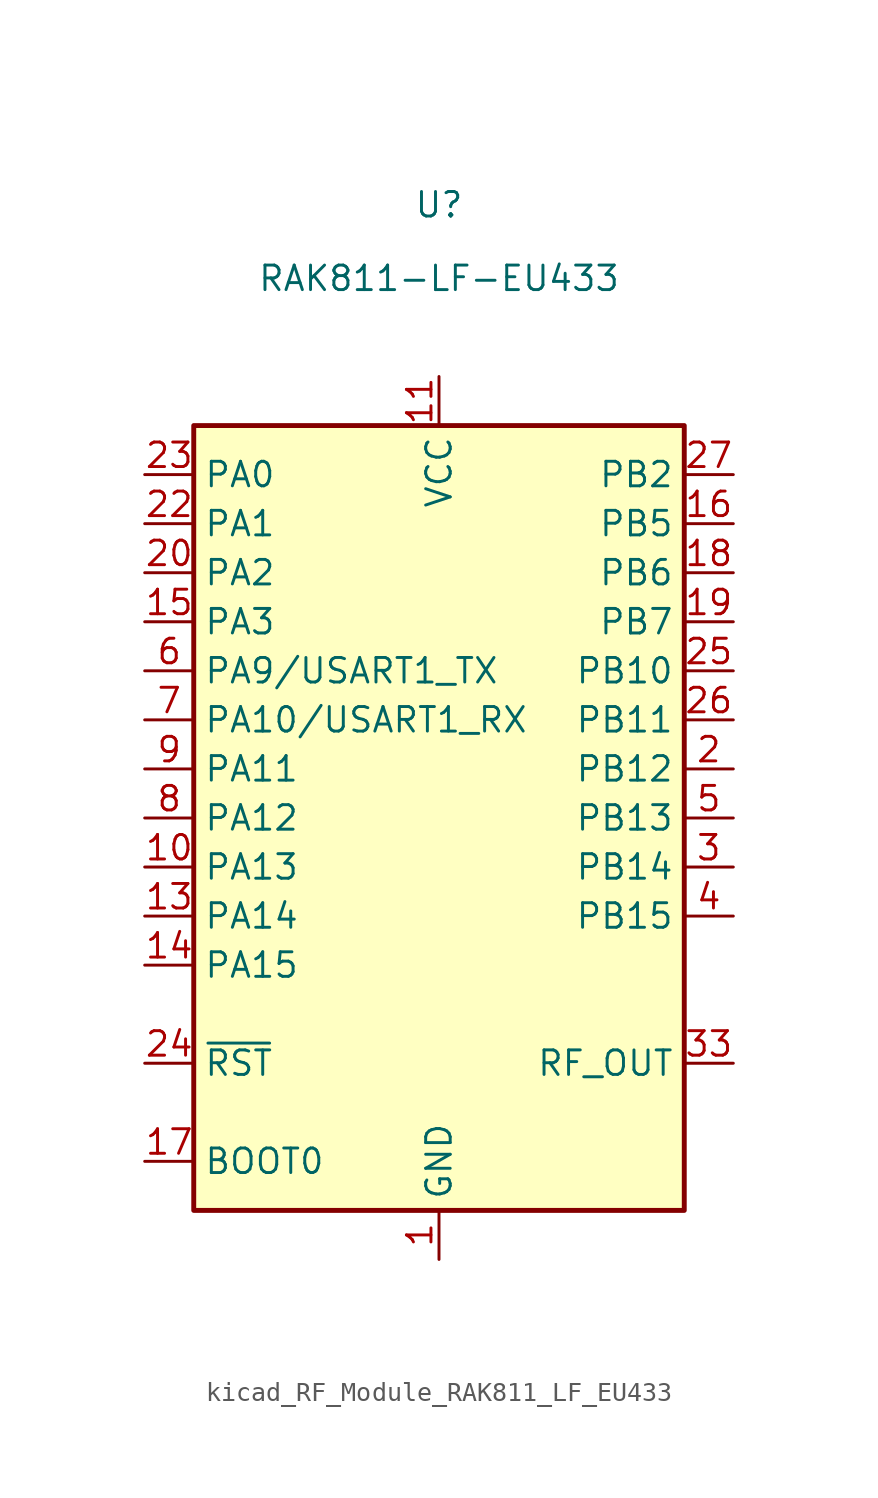
<source format=kicad_sym>
(kicad_symbol_lib
  (version 20220914)
  (generator kicad_symbol_editor)
  (symbol "kicad_RF_Module_RAK811_LF_EU433"
    (property "Reference" "U"
      (at 0 31.75 0)
      (effects (font (size 1.27 1.27))))
    (property "Value" "RAK811-LF-EU433"
      (at 0 27.94 0)
      (effects (font (size 1.27 1.27))))
    (symbol "kicad_RF_Module_RAK811_LF_EU433_0_0"
      (pin power_in line (at 0 -22.86 90) (length 2.54) (name "GND" (effects (font (size 1.27 1.27)))) (number "1" (effects (font (size 1.27 1.27)))))
      (pin bidirectional line (at -15.24 -2.54 0) (length 2.54) (name "PA13" (effects (font (size 1.27 1.27)))) (number "10" (effects (font (size 1.27 1.27)))))
      (pin power_in line (at 0 22.86 270) (length 2.54) (name "VCC" (effects (font (size 1.27 1.27)))) (number "11" (effects (font (size 1.27 1.27)))))
      (pin passive line (at 0 -22.86 90) (length 2.54) hide (name "GND" (effects (font (size 1.27 1.27)))) (number "12" (effects (font (size 1.27 1.27)))))
      (pin bidirectional line (at -15.24 -5.08 0) (length 2.54) (name "PA14" (effects (font (size 1.27 1.27)))) (number "13" (effects (font (size 1.27 1.27)))))
      (pin bidirectional line (at -15.24 -7.62 0) (length 2.54) (name "PA15" (effects (font (size 1.27 1.27)))) (number "14" (effects (font (size 1.27 1.27)))))
      (pin bidirectional line (at -15.24 10.16 0) (length 2.54) (name "PA3" (effects (font (size 1.27 1.27)))) (number "15" (effects (font (size 1.27 1.27)))))
      (pin bidirectional line (at 15.24 15.24 180) (length 2.54) (name "PB5" (effects (font (size 1.27 1.27)))) (number "16" (effects (font (size 1.27 1.27)))))
      (pin input line (at -15.24 -17.78 0) (length 2.54) (name "BOOT0" (effects (font (size 1.27 1.27)))) (number "17" (effects (font (size 1.27 1.27)))))
      (pin bidirectional line (at 15.24 12.7 180) (length 2.54) (name "PB6" (effects (font (size 1.27 1.27)))) (number "18" (effects (font (size 1.27 1.27)))))
      (pin bidirectional line (at 15.24 10.16 180) (length 2.54) (name "PB7" (effects (font (size 1.27 1.27)))) (number "19" (effects (font (size 1.27 1.27)))))
      (pin bidirectional line (at 15.24 2.54 180) (length 2.54) (name "PB12" (effects (font (size 1.27 1.27)))) (number "2" (effects (font (size 1.27 1.27)))))
      (pin bidirectional line (at -15.24 12.7 0) (length 2.54) (name "PA2" (effects (font (size 1.27 1.27)))) (number "20" (effects (font (size 1.27 1.27)))))
      (pin passive line (at 0 -22.86 90) (length 2.54) hide (name "GND" (effects (font (size 1.27 1.27)))) (number "21" (effects (font (size 1.27 1.27)))))
      (pin bidirectional line (at -15.24 15.24 0) (length 2.54) (name "PA1" (effects (font (size 1.27 1.27)))) (number "22" (effects (font (size 1.27 1.27)))))
      (pin bidirectional line (at -15.24 17.78 0) (length 2.54) (name "PA0" (effects (font (size 1.27 1.27)))) (number "23" (effects (font (size 1.27 1.27)))))
      (pin input line (at -15.24 -12.7 0) (length 2.54) (name "~{RST}" (effects (font (size 1.27 1.27)))) (number "24" (effects (font (size 1.27 1.27)))))
      (pin bidirectional line (at 15.24 7.62 180) (length 2.54) (name "PB10" (effects (font (size 1.27 1.27)))) (number "25" (effects (font (size 1.27 1.27)))))
      (pin bidirectional line (at 15.24 5.08 180) (length 2.54) (name "PB11" (effects (font (size 1.27 1.27)))) (number "26" (effects (font (size 1.27 1.27)))))
      (pin bidirectional line (at 15.24 17.78 180) (length 2.54) (name "PB2" (effects (font (size 1.27 1.27)))) (number "27" (effects (font (size 1.27 1.27)))))
      (pin passive line (at 0 -22.86 90) (length 2.54) hide (name "GND" (effects (font (size 1.27 1.27)))) (number "28" (effects (font (size 1.27 1.27)))))
      (pin passive line (at 0 -22.86 90) (length 2.54) hide (name "GND" (effects (font (size 1.27 1.27)))) (number "29" (effects (font (size 1.27 1.27)))))
      (pin bidirectional line (at 15.24 -2.54 180) (length 2.54) (name "PB14" (effects (font (size 1.27 1.27)))) (number "3" (effects (font (size 1.27 1.27)))))
      (pin passive line (at 0 -22.86 90) (length 2.54) hide (name "GND" (effects (font (size 1.27 1.27)))) (number "30" (effects (font (size 1.27 1.27)))))
      (pin passive line (at 0 -22.86 90) (length 2.54) hide (name "GND" (effects (font (size 1.27 1.27)))) (number "31" (effects (font (size 1.27 1.27)))))
      (pin passive line (at 0 -22.86 90) (length 2.54) hide (name "GND" (effects (font (size 1.27 1.27)))) (number "32" (effects (font (size 1.27 1.27)))))
      (pin passive line (at 15.24 -12.7 180) (length 2.54) (name "RF_OUT" (effects (font (size 1.27 1.27)))) (number "33" (effects (font (size 1.27 1.27)))))
      (pin passive line (at 0 -22.86 90) (length 2.54) hide (name "GND" (effects (font (size 1.27 1.27)))) (number "34" (effects (font (size 1.27 1.27)))))
      (pin bidirectional line (at 15.24 -5.08 180) (length 2.54) (name "PB15" (effects (font (size 1.27 1.27)))) (number "4" (effects (font (size 1.27 1.27)))))
      (pin bidirectional line (at 15.24 0 180) (length 2.54) (name "PB13" (effects (font (size 1.27 1.27)))) (number "5" (effects (font (size 1.27 1.27)))))
      (pin bidirectional line (at -15.24 7.62 0) (length 2.54) (name "PA9/USART1_TX" (effects (font (size 1.27 1.27)))) (number "6" (effects (font (size 1.27 1.27)))))
      (pin bidirectional line (at -15.24 5.08 0) (length 2.54) (name "PA10/USART1_RX" (effects (font (size 1.27 1.27)))) (number "7" (effects (font (size 1.27 1.27)))))
      (pin bidirectional line (at -15.24 0 0) (length 2.54) (name "PA12" (effects (font (size 1.27 1.27)))) (number "8" (effects (font (size 1.27 1.27)))))
      (pin bidirectional line (at -15.24 2.54 0) (length 2.54) (name "PA11" (effects (font (size 1.27 1.27)))) (number "9" (effects (font (size 1.27 1.27))))))
    (symbol "kicad_RF_Module_RAK811_LF_EU433_0_1"
      (rectangle (start 12.7 -20.32) (end -12.7 20.32) (stroke (width 0.254) (type default)) (fill (type background))))))
</source>
